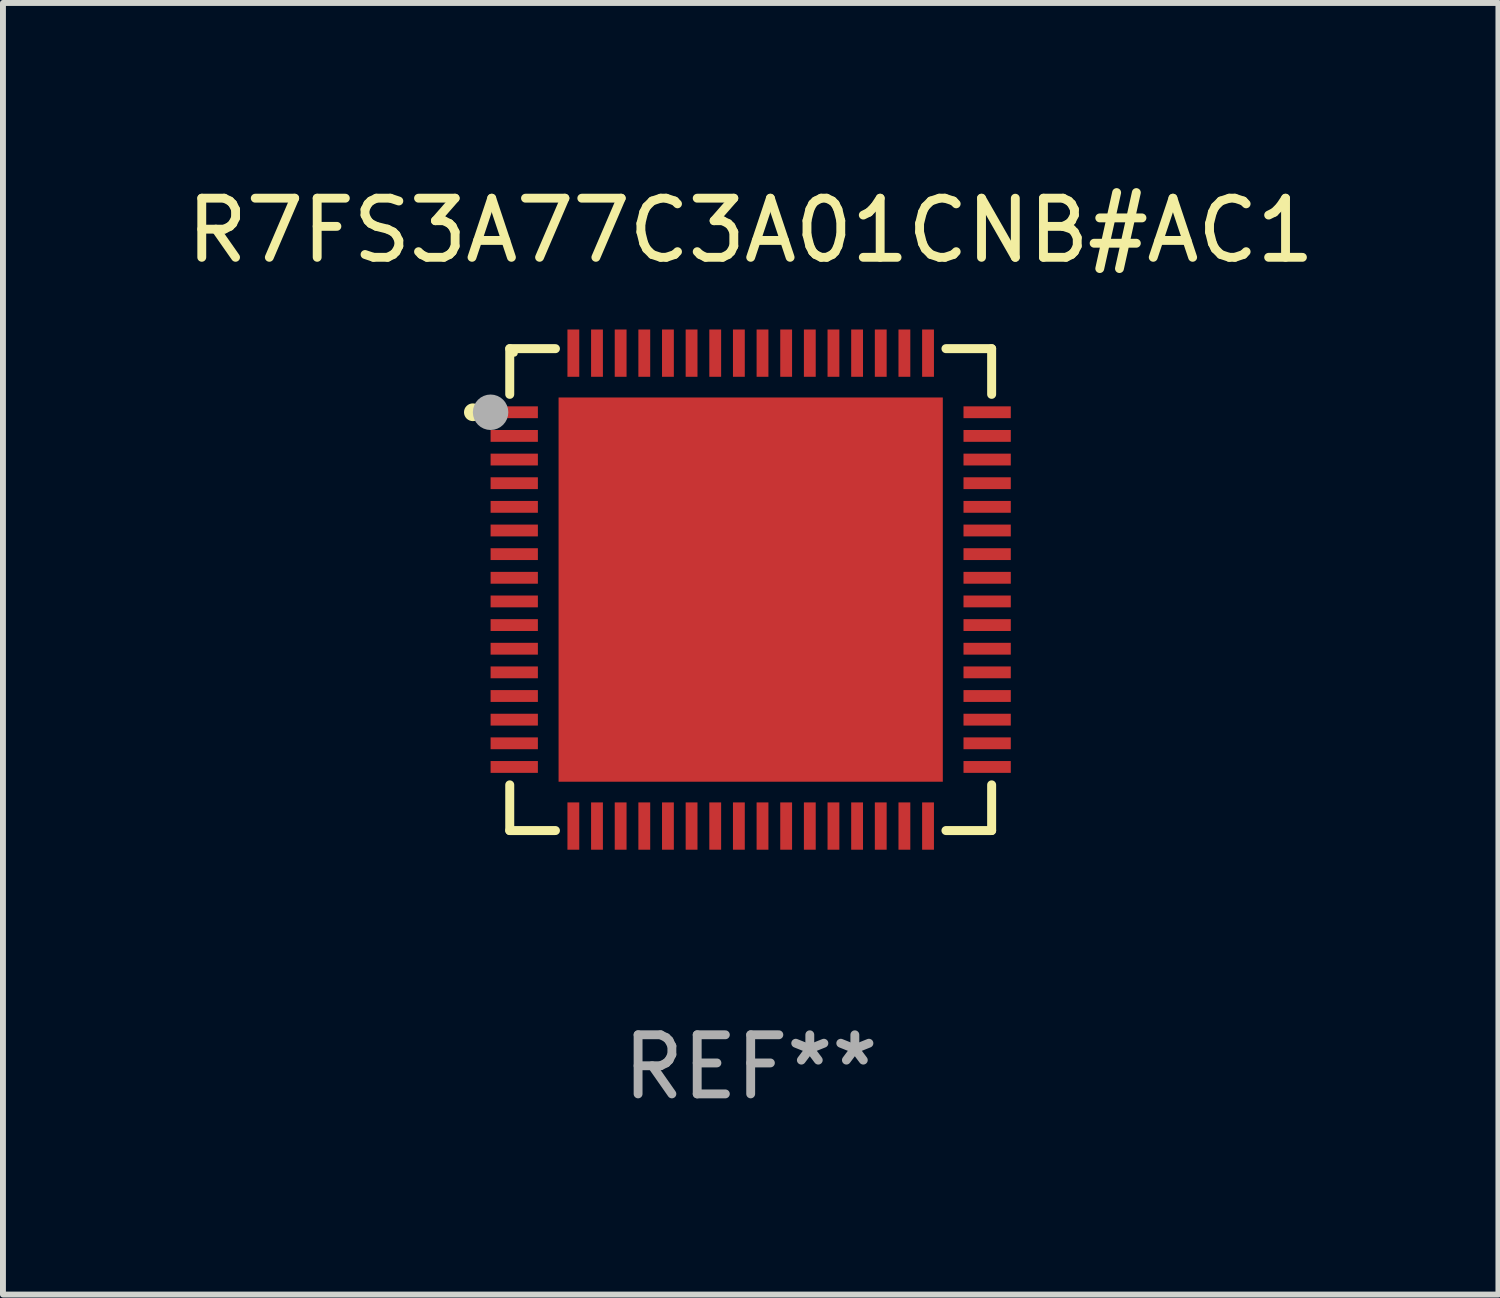
<source format=kicad_pcb>
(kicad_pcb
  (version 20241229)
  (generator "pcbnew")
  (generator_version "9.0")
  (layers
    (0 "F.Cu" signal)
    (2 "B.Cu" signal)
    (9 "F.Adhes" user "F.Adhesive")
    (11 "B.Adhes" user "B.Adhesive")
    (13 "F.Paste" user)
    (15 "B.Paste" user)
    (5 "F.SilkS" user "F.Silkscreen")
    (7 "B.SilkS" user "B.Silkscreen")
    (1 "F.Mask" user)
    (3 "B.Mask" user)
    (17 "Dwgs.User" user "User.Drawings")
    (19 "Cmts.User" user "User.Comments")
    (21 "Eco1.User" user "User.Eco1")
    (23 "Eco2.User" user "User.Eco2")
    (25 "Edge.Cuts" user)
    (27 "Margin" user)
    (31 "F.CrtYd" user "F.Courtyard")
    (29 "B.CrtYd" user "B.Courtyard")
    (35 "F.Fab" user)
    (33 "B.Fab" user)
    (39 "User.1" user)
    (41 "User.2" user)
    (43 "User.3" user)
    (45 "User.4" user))
  (footprint "R7FS3A77C3A01CNB#AC1"
    (layer "F.Cu")
    (at 9.649 6.924)
    (property "Reference" "R7FS3A77C3A01CNB#AC1" (at 0 -6.076 0) (layer "F.SilkS") (effects (font (size 1 1) (thickness 0.15))))
    (attr through_hole)
    (fp_line (start -4.076 -4.076) (end -3.303 -4.076) (stroke (width 0.152) (type solid)) (layer "F.SilkS"))
    (fp_line (start -4.076 -3.303) (end -4.076 -4.076) (stroke (width 0.152) (type solid)) (layer "F.SilkS"))
    (fp_line (start -4.076 3.303) (end -4.076 4.076) (stroke (width 0.152) (type solid)) (layer "F.SilkS"))
    (fp_line (start -4.076 4.076) (end -3.303 4.076) (stroke (width 0.152) (type solid)) (layer "F.SilkS"))
    (fp_line (start 4.076 -4.076) (end 3.303 -4.076) (stroke (width 0.152) (type solid)) (layer "F.SilkS"))
    (fp_line (start 4.076 -3.303) (end 4.076 -4.076) (stroke (width 0.152) (type solid)) (layer "F.SilkS"))
    (fp_line (start 4.076 3.303) (end 4.076 4.076) (stroke (width 0.152) (type solid)) (layer "F.SilkS"))
    (fp_line (start 4.076 4.076) (end 3.303 4.076) (stroke (width 0.152) (type solid)) (layer "F.SilkS"))
    (fp_circle (center -4.7 -3) (end -4.625 -3) (stroke (width 0.15) (type solid)) (fill no) (layer "F.SilkS"))
    (fp_circle (center -4 -4) (end -3.97 -4) (stroke (width 0.06) (type solid)) (fill no) (layer "F.SilkS"))
    (fp_circle (center -4.4 -3) (end -4.25 -3) (stroke (width 0.3) (type solid)) (fill no) (layer "F.Fab"))
    (fp_text user "REF**" (at 0 8.076 0) (layer "F.Fab") (effects (font (size 1 1) (thickness 0.15))))
    (pad "1" smd rect (at -4 -3) (size 0.8 0.2) (layers "F.Cu" "F.Mask" "F.Paste"))
    (pad "2" smd rect (at -4 -2.6) (size 0.8 0.2) (layers "F.Cu" "F.Mask" "F.Paste"))
    (pad "3" smd rect (at -4 -2.2) (size 0.8 0.2) (layers "F.Cu" "F.Mask" "F.Paste"))
    (pad "4" smd rect (at -4 -1.8) (size 0.8 0.2) (layers "F.Cu" "F.Mask" "F.Paste"))
    (pad "5" smd rect (at -4 -1.4) (size 0.8 0.2) (layers "F.Cu" "F.Mask" "F.Paste"))
    (pad "6" smd rect (at -4 -1) (size 0.8 0.2) (layers "F.Cu" "F.Mask" "F.Paste"))
    (pad "7" smd rect (at -4 -0.6) (size 0.8 0.2) (layers "F.Cu" "F.Mask" "F.Paste"))
    (pad "8" smd rect (at -4 -0.2) (size 0.8 0.2) (layers "F.Cu" "F.Mask" "F.Paste"))
    (pad "9" smd rect (at -4 0.2) (size 0.8 0.2) (layers "F.Cu" "F.Mask" "F.Paste"))
    (pad "10" smd rect (at -4 0.6) (size 0.8 0.2) (layers "F.Cu" "F.Mask" "F.Paste"))
    (pad "11" smd rect (at -4 1) (size 0.8 0.2) (layers "F.Cu" "F.Mask" "F.Paste"))
    (pad "12" smd rect (at -4 1.4) (size 0.8 0.2) (layers "F.Cu" "F.Mask" "F.Paste"))
    (pad "13" smd rect (at -4 1.8) (size 0.8 0.2) (layers "F.Cu" "F.Mask" "F.Paste"))
    (pad "14" smd rect (at -4 2.2) (size 0.8 0.2) (layers "F.Cu" "F.Mask" "F.Paste"))
    (pad "15" smd rect (at -4 2.6) (size 0.8 0.2) (layers "F.Cu" "F.Mask" "F.Paste"))
    (pad "16" smd rect (at -4 3) (size 0.8 0.2) (layers "F.Cu" "F.Mask" "F.Paste"))
    (pad "17" smd rect (at -3 4) (size 0.2 0.8) (layers "F.Cu" "F.Mask" "F.Paste"))
    (pad "18" smd rect (at -2.6 4) (size 0.2 0.8) (layers "F.Cu" "F.Mask" "F.Paste"))
    (pad "19" smd rect (at -2.2 4) (size 0.2 0.8) (layers "F.Cu" "F.Mask" "F.Paste"))
    (pad "20" smd rect (at -1.8 4) (size 0.2 0.8) (layers "F.Cu" "F.Mask" "F.Paste"))
    (pad "21" smd rect (at -1.4 4) (size 0.2 0.8) (layers "F.Cu" "F.Mask" "F.Paste"))
    (pad "22" smd rect (at -1 4) (size 0.2 0.8) (layers "F.Cu" "F.Mask" "F.Paste"))
    (pad "23" smd rect (at -0.6 4) (size 0.2 0.8) (layers "F.Cu" "F.Mask" "F.Paste"))
    (pad "24" smd rect (at -0.2 4) (size 0.2 0.8) (layers "F.Cu" "F.Mask" "F.Paste"))
    (pad "25" smd rect (at 0.2 4) (size 0.2 0.8) (layers "F.Cu" "F.Mask" "F.Paste"))
    (pad "26" smd rect (at 0.6 4) (size 0.2 0.8) (layers "F.Cu" "F.Mask" "F.Paste"))
    (pad "27" smd rect (at 1 4) (size 0.2 0.8) (layers "F.Cu" "F.Mask" "F.Paste"))
    (pad "28" smd rect (at 1.4 4) (size 0.2 0.8) (layers "F.Cu" "F.Mask" "F.Paste"))
    (pad "29" smd rect (at 1.8 4) (size 0.2 0.8) (layers "F.Cu" "F.Mask" "F.Paste"))
    (pad "30" smd rect (at 2.2 4) (size 0.2 0.8) (layers "F.Cu" "F.Mask" "F.Paste"))
    (pad "31" smd rect (at 2.6 4) (size 0.2 0.8) (layers "F.Cu" "F.Mask" "F.Paste"))
    (pad "32" smd rect (at 3 4) (size 0.2 0.8) (layers "F.Cu" "F.Mask" "F.Paste"))
    (pad "33" smd rect (at 4 3) (size 0.8 0.2) (layers "F.Cu" "F.Mask" "F.Paste"))
    (pad "34" smd rect (at 4 2.6) (size 0.8 0.2) (layers "F.Cu" "F.Mask" "F.Paste"))
    (pad "35" smd rect (at 4 2.2) (size 0.8 0.2) (layers "F.Cu" "F.Mask" "F.Paste"))
    (pad "36" smd rect (at 4 1.8) (size 0.8 0.2) (layers "F.Cu" "F.Mask" "F.Paste"))
    (pad "37" smd rect (at 4 1.4) (size 0.8 0.2) (layers "F.Cu" "F.Mask" "F.Paste"))
    (pad "38" smd rect (at 4 1) (size 0.8 0.2) (layers "F.Cu" "F.Mask" "F.Paste"))
    (pad "39" smd rect (at 4 0.6) (size 0.8 0.2) (layers "F.Cu" "F.Mask" "F.Paste"))
    (pad "40" smd rect (at 4 0.2) (size 0.8 0.2) (layers "F.Cu" "F.Mask" "F.Paste"))
    (pad "41" smd rect (at 4 -0.2) (size 0.8 0.2) (layers "F.Cu" "F.Mask" "F.Paste"))
    (pad "42" smd rect (at 4 -0.6) (size 0.8 0.2) (layers "F.Cu" "F.Mask" "F.Paste"))
    (pad "43" smd rect (at 4 -1) (size 0.8 0.2) (layers "F.Cu" "F.Mask" "F.Paste"))
    (pad "44" smd rect (at 4 -1.4) (size 0.8 0.2) (layers "F.Cu" "F.Mask" "F.Paste"))
    (pad "45" smd rect (at 4 -1.8) (size 0.8 0.2) (layers "F.Cu" "F.Mask" "F.Paste"))
    (pad "46" smd rect (at 4 -2.2) (size 0.8 0.2) (layers "F.Cu" "F.Mask" "F.Paste"))
    (pad "47" smd rect (at 4 -2.6) (size 0.8 0.2) (layers "F.Cu" "F.Mask" "F.Paste"))
    (pad "48" smd rect (at 4 -3) (size 0.8 0.2) (layers "F.Cu" "F.Mask" "F.Paste"))
    (pad "49" smd rect (at 3 -4) (size 0.2 0.8) (layers "F.Cu" "F.Mask" "F.Paste"))
    (pad "50" smd rect (at 2.6 -4) (size 0.2 0.8) (layers "F.Cu" "F.Mask" "F.Paste"))
    (pad "51" smd rect (at 2.2 -4) (size 0.2 0.8) (layers "F.Cu" "F.Mask" "F.Paste"))
    (pad "52" smd rect (at 1.8 -4) (size 0.2 0.8) (layers "F.Cu" "F.Mask" "F.Paste"))
    (pad "53" smd rect (at 1.4 -4) (size 0.2 0.8) (layers "F.Cu" "F.Mask" "F.Paste"))
    (pad "54" smd rect (at 1 -4) (size 0.2 0.8) (layers "F.Cu" "F.Mask" "F.Paste"))
    (pad "55" smd rect (at 0.6 -4) (size 0.2 0.8) (layers "F.Cu" "F.Mask" "F.Paste"))
    (pad "56" smd rect (at 0.2 -4) (size 0.2 0.8) (layers "F.Cu" "F.Mask" "F.Paste"))
    (pad "57" smd rect (at -0.2 -4) (size 0.2 0.8) (layers "F.Cu" "F.Mask" "F.Paste"))
    (pad "58" smd rect (at -0.6 -4) (size 0.2 0.8) (layers "F.Cu" "F.Mask" "F.Paste"))
    (pad "59" smd rect (at -1 -4) (size 0.2 0.8) (layers "F.Cu" "F.Mask" "F.Paste"))
    (pad "60" smd rect (at -1.4 -4) (size 0.2 0.8) (layers "F.Cu" "F.Mask" "F.Paste"))
    (pad "61" smd rect (at -1.8 -4) (size 0.2 0.8) (layers "F.Cu" "F.Mask" "F.Paste"))
    (pad "62" smd rect (at -2.2 -4) (size 0.2 0.8) (layers "F.Cu" "F.Mask" "F.Paste"))
    (pad "63" smd rect (at -2.6 -4) (size 0.2 0.8) (layers "F.Cu" "F.Mask" "F.Paste"))
    (pad "64" smd rect (at -3 -4) (size 0.2 0.8) (layers "F.Cu" "F.Mask" "F.Paste"))
    (pad "65" smd rect (at 0 0) (size 6.5 6.5) (layers "F.Cu" "F.Mask" "F.Paste")))
  (gr_rect
    (start -3 -3)
    (end 22.298 18.849)
    (stroke (width 0.1) (type default))
    (fill no)
    (layer "Edge.Cuts")))
</source>
